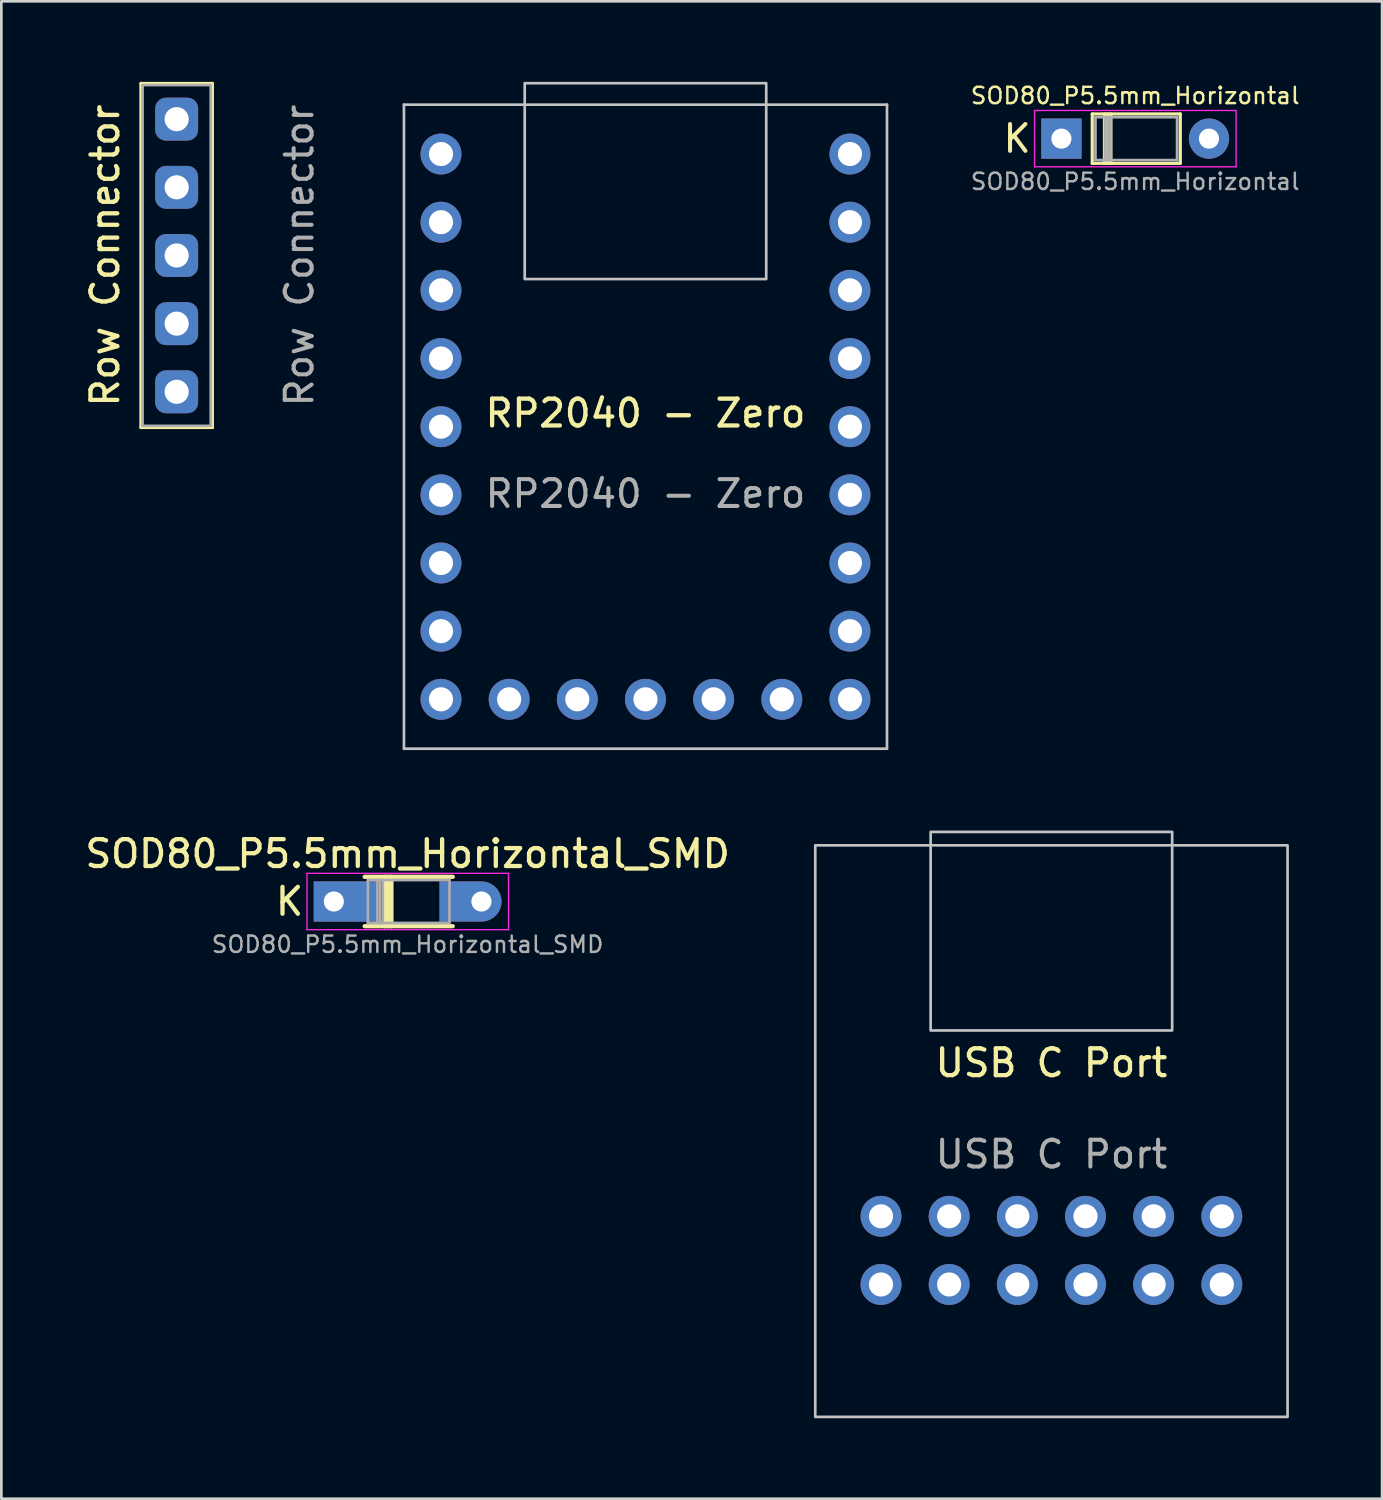
<source format=kicad_pcb>
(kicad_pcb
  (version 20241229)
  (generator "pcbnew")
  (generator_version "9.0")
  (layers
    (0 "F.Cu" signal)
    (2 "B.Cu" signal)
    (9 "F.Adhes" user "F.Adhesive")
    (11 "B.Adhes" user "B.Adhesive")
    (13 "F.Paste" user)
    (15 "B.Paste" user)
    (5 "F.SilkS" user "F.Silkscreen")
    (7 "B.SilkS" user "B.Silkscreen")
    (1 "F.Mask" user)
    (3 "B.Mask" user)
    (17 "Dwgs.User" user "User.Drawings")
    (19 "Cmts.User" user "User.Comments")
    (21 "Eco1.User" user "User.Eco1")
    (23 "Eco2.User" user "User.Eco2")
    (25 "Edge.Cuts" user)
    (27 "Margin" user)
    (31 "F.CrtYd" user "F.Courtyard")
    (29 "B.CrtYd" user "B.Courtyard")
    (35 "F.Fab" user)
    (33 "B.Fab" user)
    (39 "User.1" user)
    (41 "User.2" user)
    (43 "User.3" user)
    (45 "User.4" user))
  (footprint "RP2040 - Zero"
    (layer "F.Cu")
    (at 21.003 12.85)
    (property "Reference" "RP2040 - Zero" (at 0 -0.5 0) (unlocked yes) (layer "F.SilkS") (effects (font (size 1 1) (thickness 0.16))))
    (attr smd)
    (fp_line (start -9 -12) (end -9 12) (stroke (width 0.1) (type default)) (layer "Dwgs.User"))
    (fp_line (start -9 12) (end 9 12) (stroke (width 0.1) (type default)) (layer "Dwgs.User"))
    (fp_line (start 9 -12) (end -9 -12) (stroke (width 0.1) (type default)) (layer "Dwgs.User"))
    (fp_line (start 9 12) (end 9 -12) (stroke (width 0.1) (type default)) (layer "Dwgs.User"))
    (fp_rect (start -4.5 -12.8) (end 4.5 -5.5) (stroke (width 0.1) (type default)) (fill no) (layer "Dwgs.User"))
    (fp_text user "${REFERENCE}" (at 0 2.5 0) (unlocked yes) (layer "F.Fab") (effects (font (size 1 1) (thickness 0.15))))
    (pad "0" thru_hole circle (at 7.62 -10.16) (size 1.524 1.524) (drill 0.9) (layers "*.Cu" "*.Mask"))
    (pad "1" thru_hole circle (at 7.62 -7.62) (size 1.524 1.524) (drill 0.9) (layers "*.Cu" "*.Mask"))
    (pad "2" thru_hole circle (at 7.62 -5.08) (size 1.524 1.524) (drill 0.9) (layers "*.Cu" "*.Mask"))
    (pad "3" thru_hole circle (at 7.62 -2.54) (size 1.524 1.524) (drill 0.9) (layers "*.Cu" "*.Mask"))
    (pad "3V3" thru_hole circle (at -7.62 -5.08) (size 1.524 1.524) (drill 0.9) (layers "*.Cu" "*.Mask"))
    (pad "4" thru_hole circle (at 7.62 0) (size 1.524 1.524) (drill 0.9) (layers "*.Cu" "*.Mask"))
    (pad "5" thru_hole circle (at 7.62 2.54) (size 1.524 1.524) (drill 0.9) (layers "*.Cu" "*.Mask"))
    (pad "5V" thru_hole circle (at -7.62 -10.16) (size 1.524 1.524) (drill 0.9) (layers "*.Cu" "*.Mask"))
    (pad "6" thru_hole circle (at 7.62 5.08) (size 1.524 1.524) (drill 0.9) (layers "*.Cu" "*.Mask"))
    (pad "7" thru_hole circle (at 7.62 7.62) (size 1.524 1.524) (drill 0.9) (layers "*.Cu" "*.Mask"))
    (pad "8" thru_hole circle (at 7.62 10.16) (size 1.524 1.524) (drill 0.9) (layers "*.Cu" "*.Mask"))
    (pad "9" thru_hole circle (at 5.08 10.16) (size 1.524 1.524) (drill 0.9) (layers "*.Cu" "*.Mask"))
    (pad "10" thru_hole circle (at 2.54 10.16) (size 1.524 1.524) (drill 0.9) (layers "*.Cu" "*.Mask"))
    (pad "11" thru_hole circle (at 0 10.16) (size 1.524 1.524) (drill 0.9) (layers "*.Cu" "*.Mask"))
    (pad "12" thru_hole circle (at -2.54 10.16) (size 1.524 1.524) (drill 0.9) (layers "*.Cu" "*.Mask"))
    (pad "13" thru_hole circle (at -5.08 10.16) (size 1.524 1.524) (drill 0.9) (layers "*.Cu" "*.Mask"))
    (pad "14" thru_hole circle (at -7.62 10.16) (size 1.524 1.524) (drill 0.9) (layers "*.Cu" "*.Mask"))
    (pad "15" thru_hole circle (at -7.62 7.62) (size 1.524 1.524) (drill 0.9) (layers "*.Cu" "*.Mask"))
    (pad "26" thru_hole circle (at -7.62 5.08) (size 1.524 1.524) (drill 0.9) (layers "*.Cu" "*.Mask"))
    (pad "27" thru_hole circle (at -7.62 2.54) (size 1.524 1.524) (drill 0.9) (layers "*.Cu" "*.Mask"))
    (pad "28" thru_hole circle (at -7.62 0) (size 1.524 1.524) (drill 0.9) (layers "*.Cu" "*.Mask"))
    (pad "29" thru_hole circle (at -7.62 -2.54) (size 1.524 1.524) (drill 0.9) (layers "*.Cu" "*.Mask"))
    (pad "GND" thru_hole circle (at -7.62 -7.62) (size 1.524 1.524) (drill 0.9) (layers "*.Cu" "*.Mask")))
  (footprint "SOD80_P5.5mm_Horizontal_SMD"
    (layer "F.Cu")
    (at 9.39 30.544)
    (property "Reference" "SOD80_P5.5mm_Horizontal_SMD" (at 2.75 -1.778 0) (layer "F.SilkS") (effects (font (size 1 1) (thickness 0.16))))
    (attr through_hole)
    (fp_line (start 1.15 0.92) (end 4.43 0.92) (stroke (width 0.16) (type solid)) (layer "F.SilkS"))
    (fp_line (start 1.905 -0.92) (end 1.905 0.92) (stroke (width 0.16) (type solid)) (layer "F.SilkS"))
    (fp_line (start 2.025 -0.92) (end 2.025 0.92) (stroke (width 0.16) (type solid)) (layer "F.SilkS"))
    (fp_line (start 2.145 -0.92) (end 2.145 0.92) (stroke (width 0.16) (type solid)) (layer "F.SilkS"))
    (fp_line (start 4.43 -0.92) (end 1.15 -0.92) (stroke (width 0.16) (type solid)) (layer "F.SilkS"))
    (fp_line (start -1 -1.05) (end -1 1.05) (stroke (width 0.05) (type solid)) (layer "F.CrtYd"))
    (fp_line (start -1 1.05) (end 6.51 1.05) (stroke (width 0.05) (type solid)) (layer "F.CrtYd"))
    (fp_line (start 6.51 -1.05) (end -1 -1.05) (stroke (width 0.05) (type solid)) (layer "F.CrtYd"))
    (fp_line (start 6.51 1.05) (end 6.51 -1.05) (stroke (width 0.05) (type solid)) (layer "F.CrtYd"))
    (fp_line (start 1.27 -0.8) (end 1.27 0.8) (stroke (width 0.1) (type solid)) (layer "F.Fab"))
    (fp_line (start 1.27 0.8) (end 4.31 0.8) (stroke (width 0.1) (type solid)) (layer "F.Fab"))
    (fp_line (start 1.626 -0.8) (end 1.626 0.8) (stroke (width 0.1) (type solid)) (layer "F.Fab"))
    (fp_line (start 1.726 -0.8) (end 1.726 0.8) (stroke (width 0.1) (type solid)) (layer "F.Fab"))
    (fp_line (start 1.826 -0.8) (end 1.826 0.8) (stroke (width 0.1) (type solid)) (layer "F.Fab"))
    (fp_line (start 4.31 -0.8) (end 1.27 -0.8) (stroke (width 0.1) (type solid)) (layer "F.Fab"))
    (fp_line (start 4.31 0.8) (end 4.31 -0.8) (stroke (width 0.1) (type solid)) (layer "F.Fab"))
    (fp_text user "K" (at -1.651 0 0) (layer "F.SilkS") (effects (font (size 1 1) (thickness 0.16))))
    (fp_text user "${REFERENCE}" (at 2.75 1.6 0) (layer "F.Fab") (effects (font (size 0.608 0.608) (thickness 0.091))))
    (pad "1" thru_hole rect (at 0 0) (size 2.401 1.5) (drill 0.75 (offset 0.451 0)) (layers "*.Cu" "*.Mask"))
    (pad "2" thru_hole roundrect (at 5.5 0) (size 2.313 1.5) (drill 0.75 (offset -0.406 0)) (layers "*.Cu" "*.Mask") (roundrect_rratio 0.5) (chamfer_ratio 0) (chamfer top_left bottom_left)))
  (footprint "USB C Port"
    (layer "F.Cu")
    (at 36.13 39.1)
    (property "Reference" "USB C Port" (at 0 -2.54 0) (unlocked yes) (layer "F.SilkS") (effects (font (size 1 1) (thickness 0.16))))
    (attr through_hole)
    (fp_rect (start -8.8 -10.65) (end 8.8 10.65) (stroke (width 0.1) (type default)) (fill no) (layer "Dwgs.User"))
    (fp_rect (start -4.5 -11.15) (end 4.5 -3.75) (stroke (width 0.1) (type default)) (fill no) (layer "Dwgs.User"))
    (fp_text user "${REFERENCE}" (at 0 0.865 0) (unlocked yes) (layer "F.Fab") (effects (font (size 1 1) (thickness 0.15))))
    (pad "A1" thru_hole circle (at -6.35 3.175) (size 1.524 1.524) (drill 0.9) (layers "*.Cu" "*.Mask"))
    (pad "A1" thru_hole circle (at -6.35 5.715) (size 1.524 1.524) (drill 0.9) (layers "*.Cu" "*.Mask"))
    (pad "A4" thru_hole circle (at 6.35 3.175) (size 1.524 1.524) (drill 0.9) (layers "*.Cu" "*.Mask"))
    (pad "A4" thru_hole circle (at 6.35 5.715) (size 1.524 1.524) (drill 0.9) (layers "*.Cu" "*.Mask"))
    (pad "A5" thru_hole circle (at 3.81 3.175) (size 1.524 1.524) (drill 0.9) (layers "*.Cu" "*.Mask"))
    (pad "A6" thru_hole circle (at 1.27 3.175) (size 1.524 1.524) (drill 0.9) (layers "*.Cu" "*.Mask"))
    (pad "A7" thru_hole circle (at -1.27 3.175) (size 1.524 1.524) (drill 0.9) (layers "*.Cu" "*.Mask"))
    (pad "A8" thru_hole circle (at -3.81 3.175) (size 1.524 1.524) (drill 0.9) (layers "*.Cu" "*.Mask"))
    (pad "B5" thru_hole circle (at -3.81 5.715) (size 1.524 1.524) (drill 0.9) (layers "*.Cu" "*.Mask"))
    (pad "B6" thru_hole circle (at -1.27 5.715) (size 1.524 1.524) (drill 0.9) (layers "*.Cu" "*.Mask"))
    (pad "B7" thru_hole circle (at 1.27 5.715) (size 1.524 1.524) (drill 0.9) (layers "*.Cu" "*.Mask"))
    (pad "B8" thru_hole circle (at 3.81 5.715) (size 1.524 1.524) (drill 0.9) (layers "*.Cu" "*.Mask")))
  (footprint "Row Connector"
    (layer "F.Cu")
    (at 3.533 6.47)
    (property "Reference" "Row Connector" (at -2.667 0 90) (unlocked yes) (layer "F.SilkS") (effects (font (size 1 1) (thickness 0.16))))
    (attr smd)
    (fp_line (start -1.33 -6.41) (end -1.33 6.41) (stroke (width 0.12) (type solid)) (layer "F.SilkS"))
    (fp_line (start -1.33 -6.41) (end 1.33 -6.41) (stroke (width 0.12) (type solid)) (layer "F.SilkS"))
    (fp_line (start -1.33 6.41) (end 1.33 6.41) (stroke (width 0.12) (type solid)) (layer "F.SilkS"))
    (fp_line (start 1.33 -6.41) (end 1.33 6.41) (stroke (width 0.12) (type solid)) (layer "F.SilkS"))
    (fp_line (start -1.27 -6.35) (end 1.27 -6.35) (stroke (width 0.1) (type solid)) (layer "F.Fab"))
    (fp_line (start -1.27 6.35) (end -1.27 -6.35) (stroke (width 0.1) (type solid)) (layer "F.Fab"))
    (fp_line (start 1.27 -6.35) (end 1.27 6.35) (stroke (width 0.1) (type solid)) (layer "F.Fab"))
    (fp_line (start 1.27 6.35) (end -1.27 6.35) (stroke (width 0.1) (type solid)) (layer "F.Fab"))
    (fp_text user "${REFERENCE}" (at 4.572 0 90) (unlocked yes) (layer "F.Fab") (effects (font (size 1 1) (thickness 0.15))))
    (pad "1" thru_hole roundrect (at 0 -5.08) (size 1.6 1.6) (drill 0.9) (layers "*.Cu" "*.Mask") (roundrect_rratio 0.25))
    (pad "2" thru_hole roundrect (at 0 -2.54) (size 1.6 1.6) (drill 0.9) (layers "*.Cu" "*.Mask") (roundrect_rratio 0.25))
    (pad "3" thru_hole roundrect (at 0 0) (size 1.6 1.6) (drill 0.9) (layers "*.Cu" "*.Mask") (roundrect_rratio 0.25))
    (pad "4" thru_hole roundrect (at 0 2.54) (size 1.6 1.6) (drill 0.9) (layers "*.Cu" "*.Mask") (roundrect_rratio 0.25))
    (pad "5" thru_hole roundrect (at 0 5.08) (size 1.6 1.6) (drill 0.9) (layers "*.Cu" "*.Mask") (roundrect_rratio 0.25)))
  (footprint "SOD80_P5.5mm_Horizontal"
    (layer "F.Cu")
    (at 36.502 2.116)
    (property "Reference" "SOD80_P5.5mm_Horizontal" (at 2.75 -1.6 0) (layer "F.SilkS") (effects (font (size 0.608 0.608) (thickness 0.091))))
    (attr through_hole)
    (fp_line (start 1.15 -0.92) (end 1.15 0.92) (stroke (width 0.12) (type solid)) (layer "F.SilkS"))
    (fp_line (start 1.15 0.92) (end 4.43 0.92) (stroke (width 0.12) (type solid)) (layer "F.SilkS"))
    (fp_line (start 1.606 -0.92) (end 1.606 0.92) (stroke (width 0.12) (type solid)) (layer "F.SilkS"))
    (fp_line (start 1.726 -0.92) (end 1.726 0.92) (stroke (width 0.12) (type solid)) (layer "F.SilkS"))
    (fp_line (start 1.846 -0.92) (end 1.846 0.92) (stroke (width 0.12) (type solid)) (layer "F.SilkS"))
    (fp_line (start 4.43 -0.92) (end 1.15 -0.92) (stroke (width 0.12) (type solid)) (layer "F.SilkS"))
    (fp_line (start 4.43 0.92) (end 4.43 -0.92) (stroke (width 0.12) (type solid)) (layer "F.SilkS"))
    (fp_line (start -1 -1.05) (end -1 1.05) (stroke (width 0.05) (type solid)) (layer "F.CrtYd"))
    (fp_line (start -1 1.05) (end 6.51 1.05) (stroke (width 0.05) (type solid)) (layer "F.CrtYd"))
    (fp_line (start 6.51 -1.05) (end -1 -1.05) (stroke (width 0.05) (type solid)) (layer "F.CrtYd"))
    (fp_line (start 6.51 1.05) (end 6.51 -1.05) (stroke (width 0.05) (type solid)) (layer "F.CrtYd"))
    (fp_line (start 1.27 -0.8) (end 1.27 0.8) (stroke (width 0.1) (type solid)) (layer "F.Fab"))
    (fp_line (start 1.27 0.8) (end 4.31 0.8) (stroke (width 0.1) (type solid)) (layer "F.Fab"))
    (fp_line (start 1.626 -0.8) (end 1.626 0.8) (stroke (width 0.1) (type solid)) (layer "F.Fab"))
    (fp_line (start 1.726 -0.8) (end 1.726 0.8) (stroke (width 0.1) (type solid)) (layer "F.Fab"))
    (fp_line (start 1.826 -0.8) (end 1.826 0.8) (stroke (width 0.1) (type solid)) (layer "F.Fab"))
    (fp_line (start 4.31 -0.8) (end 1.27 -0.8) (stroke (width 0.1) (type solid)) (layer "F.Fab"))
    (fp_line (start 4.31 0.8) (end 4.31 -0.8) (stroke (width 0.1) (type solid)) (layer "F.Fab"))
    (fp_text user "K" (at -1.651 0 0) (layer "F.SilkS") (effects (font (size 1 1) (thickness 0.15))))
    (fp_text user "${REFERENCE}" (at 2.75 1.6 0) (layer "F.Fab") (effects (font (size 0.608 0.608) (thickness 0.091))))
    (pad "1" thru_hole rect (at 0 0) (size 1.5 1.5) (drill 0.75) (layers "*.Cu" "*.Mask"))
    (pad "2" thru_hole oval (at 5.5 0) (size 1.5 1.5) (drill 0.75) (layers "*.Cu" "*.Mask")))
  (gr_rect
    (start -3 -3)
    (end 48.452 52.8)
    (stroke (width 0.1) (type default))
    (fill no)
    (layer "Edge.Cuts")))
</source>
